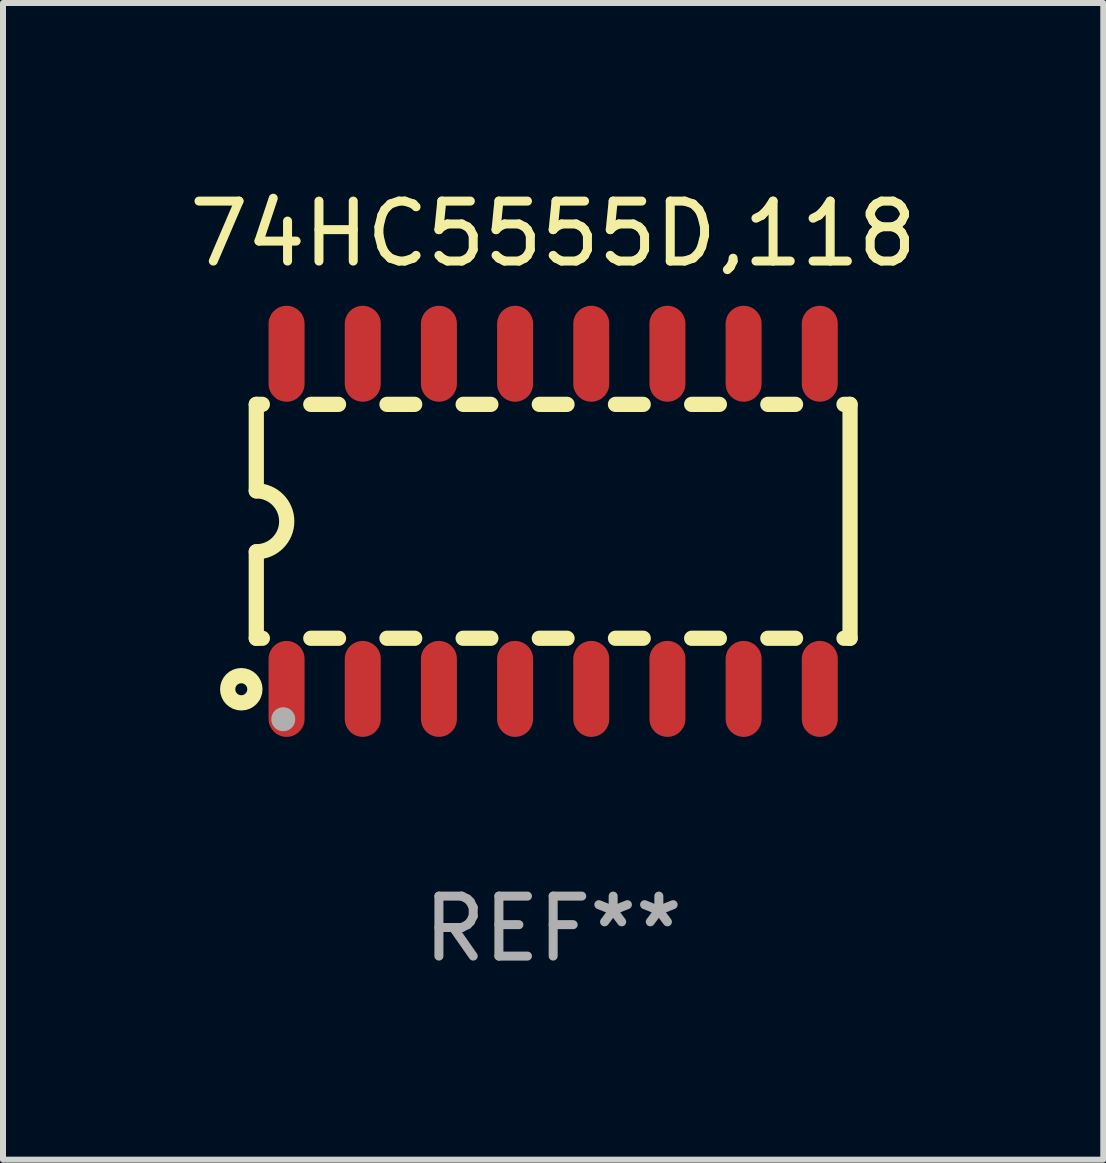
<source format=kicad_pcb>
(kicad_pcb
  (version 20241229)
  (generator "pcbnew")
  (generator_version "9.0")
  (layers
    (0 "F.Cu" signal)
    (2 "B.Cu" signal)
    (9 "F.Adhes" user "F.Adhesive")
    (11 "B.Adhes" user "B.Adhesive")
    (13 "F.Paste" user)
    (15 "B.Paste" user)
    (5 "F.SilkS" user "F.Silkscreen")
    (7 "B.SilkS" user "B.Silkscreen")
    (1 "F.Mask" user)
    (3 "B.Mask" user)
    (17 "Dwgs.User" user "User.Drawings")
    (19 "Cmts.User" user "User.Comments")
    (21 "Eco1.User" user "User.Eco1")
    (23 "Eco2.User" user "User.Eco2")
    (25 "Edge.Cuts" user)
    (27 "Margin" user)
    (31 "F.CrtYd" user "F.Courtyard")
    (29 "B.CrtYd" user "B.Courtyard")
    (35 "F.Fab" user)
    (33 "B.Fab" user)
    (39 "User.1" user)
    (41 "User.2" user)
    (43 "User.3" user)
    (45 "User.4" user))
  (footprint "74HC5555D,118"
    (layer "F.Cu")
    (at 6.173 5.642)
    (property "Reference" "74HC5555D,118" (at 0 -4.794 0) (layer "F.SilkS") (effects (font (size 1 1) (thickness 0.15))))
    (attr through_hole)
    (fp_line (start -4.95 -1.95) (end -4.95 -0.508) (stroke (width 0.254) (type solid)) (layer "F.SilkS"))
    (fp_line (start -4.95 -1.95) (end -4.849 -1.95) (stroke (width 0.254) (type solid)) (layer "F.SilkS"))
    (fp_line (start -4.95 1.95) (end -4.95 0.508) (stroke (width 0.254) (type solid)) (layer "F.SilkS"))
    (fp_line (start -4.95 1.95) (end -4.849 1.95) (stroke (width 0.254) (type solid)) (layer "F.SilkS"))
    (fp_line (start -4.041 -1.95) (end -3.579 -1.95) (stroke (width 0.254) (type solid)) (layer "F.SilkS"))
    (fp_line (start -4.041 1.95) (end -3.579 1.95) (stroke (width 0.254) (type solid)) (layer "F.SilkS"))
    (fp_line (start -2.771 -1.95) (end -2.309 -1.95) (stroke (width 0.254) (type solid)) (layer "F.SilkS"))
    (fp_line (start -2.771 1.95) (end -2.309 1.95) (stroke (width 0.254) (type solid)) (layer "F.SilkS"))
    (fp_line (start -1.501 -1.95) (end -1.039 -1.95) (stroke (width 0.254) (type solid)) (layer "F.SilkS"))
    (fp_line (start -1.501 1.95) (end -1.039 1.95) (stroke (width 0.254) (type solid)) (layer "F.SilkS"))
    (fp_line (start -0.231 -1.95) (end 0.231 -1.95) (stroke (width 0.254) (type solid)) (layer "F.SilkS"))
    (fp_line (start -0.231 1.95) (end 0.231 1.95) (stroke (width 0.254) (type solid)) (layer "F.SilkS"))
    (fp_line (start 1.039 -1.95) (end 1.501 -1.95) (stroke (width 0.254) (type solid)) (layer "F.SilkS"))
    (fp_line (start 1.039 1.95) (end 1.501 1.95) (stroke (width 0.254) (type solid)) (layer "F.SilkS"))
    (fp_line (start 2.309 -1.95) (end 2.771 -1.95) (stroke (width 0.254) (type solid)) (layer "F.SilkS"))
    (fp_line (start 2.309 1.95) (end 2.771 1.95) (stroke (width 0.254) (type solid)) (layer "F.SilkS"))
    (fp_line (start 3.579 -1.95) (end 4.041 -1.95) (stroke (width 0.254) (type solid)) (layer "F.SilkS"))
    (fp_line (start 3.579 1.95) (end 4.041 1.95) (stroke (width 0.254) (type solid)) (layer "F.SilkS"))
    (fp_line (start 4.849 -1.95) (end 4.95 -1.95) (stroke (width 0.254) (type solid)) (layer "F.SilkS"))
    (fp_line (start 4.849 1.95) (end 4.95 1.95) (stroke (width 0.254) (type solid)) (layer "F.SilkS"))
    (fp_line (start 4.95 -1.95) (end 4.95 1.95) (stroke (width 0.254) (type solid)) (layer "F.SilkS"))
    (fp_arc (start -4.95047 -0.508001) (mid -4.442469 -0.000228) (end -4.950013 0.508001) (stroke (width 0.254001) (type solid)) (layer "F.SilkS"))
    (fp_circle (center -5.2 2.8) (end -5.1 2.8) (stroke (width 0.254) (type solid)) (fill no) (layer "F.SilkS"))
    (fp_circle (center -4.95 2.947) (end -4.92 2.947) (stroke (width 0.06) (type solid)) (fill no) (layer "F.SilkS"))
    (fp_circle (center -4.5 3.3) (end -4.4 3.3) (stroke (width 0.2) (type solid)) (fill no) (layer "F.Fab"))
    (fp_text user "REF**" (at 0 6.794 0) (layer "F.Fab") (effects (font (size 1 1) (thickness 0.15))))
    (pad "1" smd oval (at -4.445 2.794) (size 0.6 1.6) (layers "F.Cu" "F.Mask" "F.Paste"))
    (pad "2" smd oval (at -3.175 2.794) (size 0.6 1.6) (layers "F.Cu" "F.Mask" "F.Paste"))
    (pad "3" smd oval (at -1.905 2.794) (size 0.6 1.6) (layers "F.Cu" "F.Mask" "F.Paste"))
    (pad "4" smd oval (at -0.635 2.794) (size 0.6 1.6) (layers "F.Cu" "F.Mask" "F.Paste"))
    (pad "5" smd oval (at 0.635 2.794) (size 0.6 1.6) (layers "F.Cu" "F.Mask" "F.Paste"))
    (pad "6" smd oval (at 1.905 2.794) (size 0.6 1.6) (layers "F.Cu" "F.Mask" "F.Paste"))
    (pad "7" smd oval (at 3.175 2.794) (size 0.6 1.6) (layers "F.Cu" "F.Mask" "F.Paste"))
    (pad "8" smd oval (at 4.445 2.794) (size 0.6 1.6) (layers "F.Cu" "F.Mask" "F.Paste"))
    (pad "9" smd oval (at 4.445 -2.794) (size 0.6 1.6) (layers "F.Cu" "F.Mask" "F.Paste"))
    (pad "10" smd oval (at 3.175 -2.794) (size 0.6 1.6) (layers "F.Cu" "F.Mask" "F.Paste"))
    (pad "11" smd oval (at 1.905 -2.794) (size 0.6 1.6) (layers "F.Cu" "F.Mask" "F.Paste"))
    (pad "12" smd oval (at 0.635 -2.794) (size 0.6 1.6) (layers "F.Cu" "F.Mask" "F.Paste"))
    (pad "13" smd oval (at -0.635 -2.794) (size 0.6 1.6) (layers "F.Cu" "F.Mask" "F.Paste"))
    (pad "14" smd oval (at -1.905 -2.794) (size 0.6 1.6) (layers "F.Cu" "F.Mask" "F.Paste"))
    (pad "15" smd oval (at -3.175 -2.794) (size 0.6 1.6) (layers "F.Cu" "F.Mask" "F.Paste"))
    (pad "16" smd oval (at -4.445 -2.794) (size 0.6 1.6) (layers "F.Cu" "F.Mask" "F.Paste")))
  (gr_rect
    (start -3 -3)
    (end 15.345 16.285)
    (stroke (width 0.1) (type default))
    (fill no)
    (layer "Edge.Cuts")))
</source>
